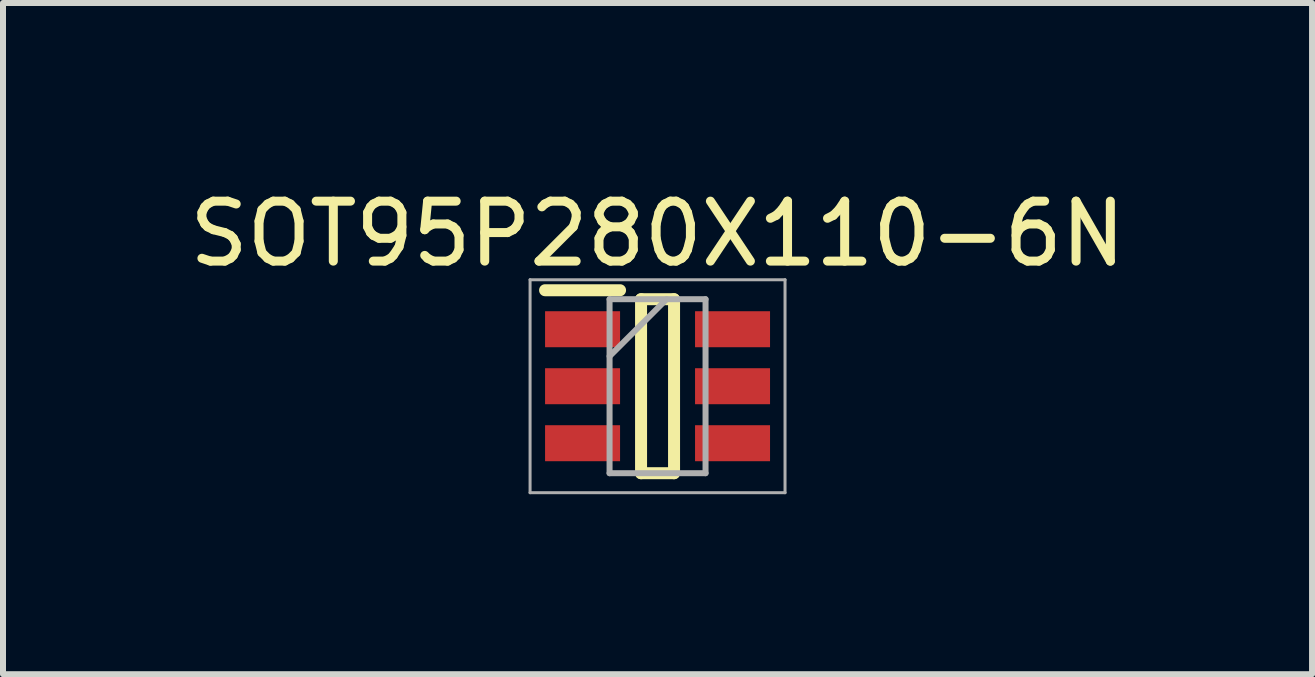
<source format=kicad_pcb>
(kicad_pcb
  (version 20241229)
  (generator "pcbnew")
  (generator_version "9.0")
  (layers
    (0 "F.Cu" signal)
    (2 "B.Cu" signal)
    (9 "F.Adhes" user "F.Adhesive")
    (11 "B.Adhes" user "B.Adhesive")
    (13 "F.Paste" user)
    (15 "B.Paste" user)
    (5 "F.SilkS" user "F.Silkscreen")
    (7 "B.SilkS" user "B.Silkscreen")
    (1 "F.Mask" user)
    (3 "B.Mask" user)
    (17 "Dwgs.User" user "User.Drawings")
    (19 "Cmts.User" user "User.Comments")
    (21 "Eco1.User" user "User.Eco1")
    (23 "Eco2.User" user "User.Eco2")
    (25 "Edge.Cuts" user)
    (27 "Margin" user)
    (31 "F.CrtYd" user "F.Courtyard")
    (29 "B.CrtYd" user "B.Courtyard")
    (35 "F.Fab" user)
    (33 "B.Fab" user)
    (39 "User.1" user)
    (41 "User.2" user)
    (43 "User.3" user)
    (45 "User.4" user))
  (footprint "SOT95P280X110-6N"
    (layer "F.Cu")
    (at 7.911 3.388)
    (property "Reference" "SOT95P280X110-6N" (at 0 -2.54 0) (layer "F.SilkS") (effects (font (size 1 1) (thickness 0.15))))
    (attr smd)
    (fp_line (start -1.875 -1.6) (end -0.625 -1.6) (stroke (width 0.2) (type solid)) (layer "F.SilkS"))
    (fp_line (start -0.275 -1.45) (end 0.275 -1.45) (stroke (width 0.2) (type solid)) (layer "F.SilkS"))
    (fp_line (start -0.275 1.45) (end -0.275 -1.45) (stroke (width 0.2) (type solid)) (layer "F.SilkS"))
    (fp_line (start 0.275 -1.45) (end 0.275 1.45) (stroke (width 0.2) (type solid)) (layer "F.SilkS"))
    (fp_line (start 0.275 1.45) (end -0.275 1.45) (stroke (width 0.2) (type solid)) (layer "F.SilkS"))
    (fp_line (start -2.125 -1.775) (end 2.125 -1.775) (stroke (width 0.05) (type solid)) (layer "F.Fab"))
    (fp_line (start -2.125 1.775) (end -2.125 -1.775) (stroke (width 0.05) (type solid)) (layer "F.Fab"))
    (fp_line (start -0.8 -1.45) (end 0.8 -1.45) (stroke (width 0.1) (type solid)) (layer "F.Fab"))
    (fp_line (start -0.8 -0.5) (end 0.15 -1.45) (stroke (width 0.1) (type solid)) (layer "F.Fab"))
    (fp_line (start -0.8 1.45) (end -0.8 -1.45) (stroke (width 0.1) (type solid)) (layer "F.Fab"))
    (fp_line (start 0.8 -1.45) (end 0.8 1.45) (stroke (width 0.1) (type solid)) (layer "F.Fab"))
    (fp_line (start 0.8 1.45) (end -0.8 1.45) (stroke (width 0.1) (type solid)) (layer "F.Fab"))
    (fp_line (start 2.125 -1.775) (end 2.125 1.775) (stroke (width 0.05) (type solid)) (layer "F.Fab"))
    (fp_line (start 2.125 1.775) (end -2.125 1.775) (stroke (width 0.05) (type solid)) (layer "F.Fab"))
    (pad "1" smd rect (at -1.25 -0.95) (size 1.25 0.6) (layers "F.Cu" "F.Mask" "F.Paste"))
    (pad "2" smd rect (at -1.25 0) (size 1.25 0.6) (layers "F.Cu" "F.Mask" "F.Paste"))
    (pad "3" smd rect (at -1.25 0.95) (size 1.25 0.6) (layers "F.Cu" "F.Mask" "F.Paste"))
    (pad "4" smd rect (at 1.25 0.95) (size 1.25 0.6) (layers "F.Cu" "F.Mask" "F.Paste"))
    (pad "5" smd rect (at 1.25 0) (size 1.25 0.6) (layers "F.Cu" "F.Mask" "F.Paste"))
    (pad "6" smd rect (at 1.25 -0.95) (size 1.25 0.6) (layers "F.Cu" "F.Mask" "F.Paste")))
  (gr_rect
    (start -3 -3)
    (end 18.821 8.188)
    (stroke (width 0.1) (type default))
    (fill no)
    (layer "Edge.Cuts")))
</source>
